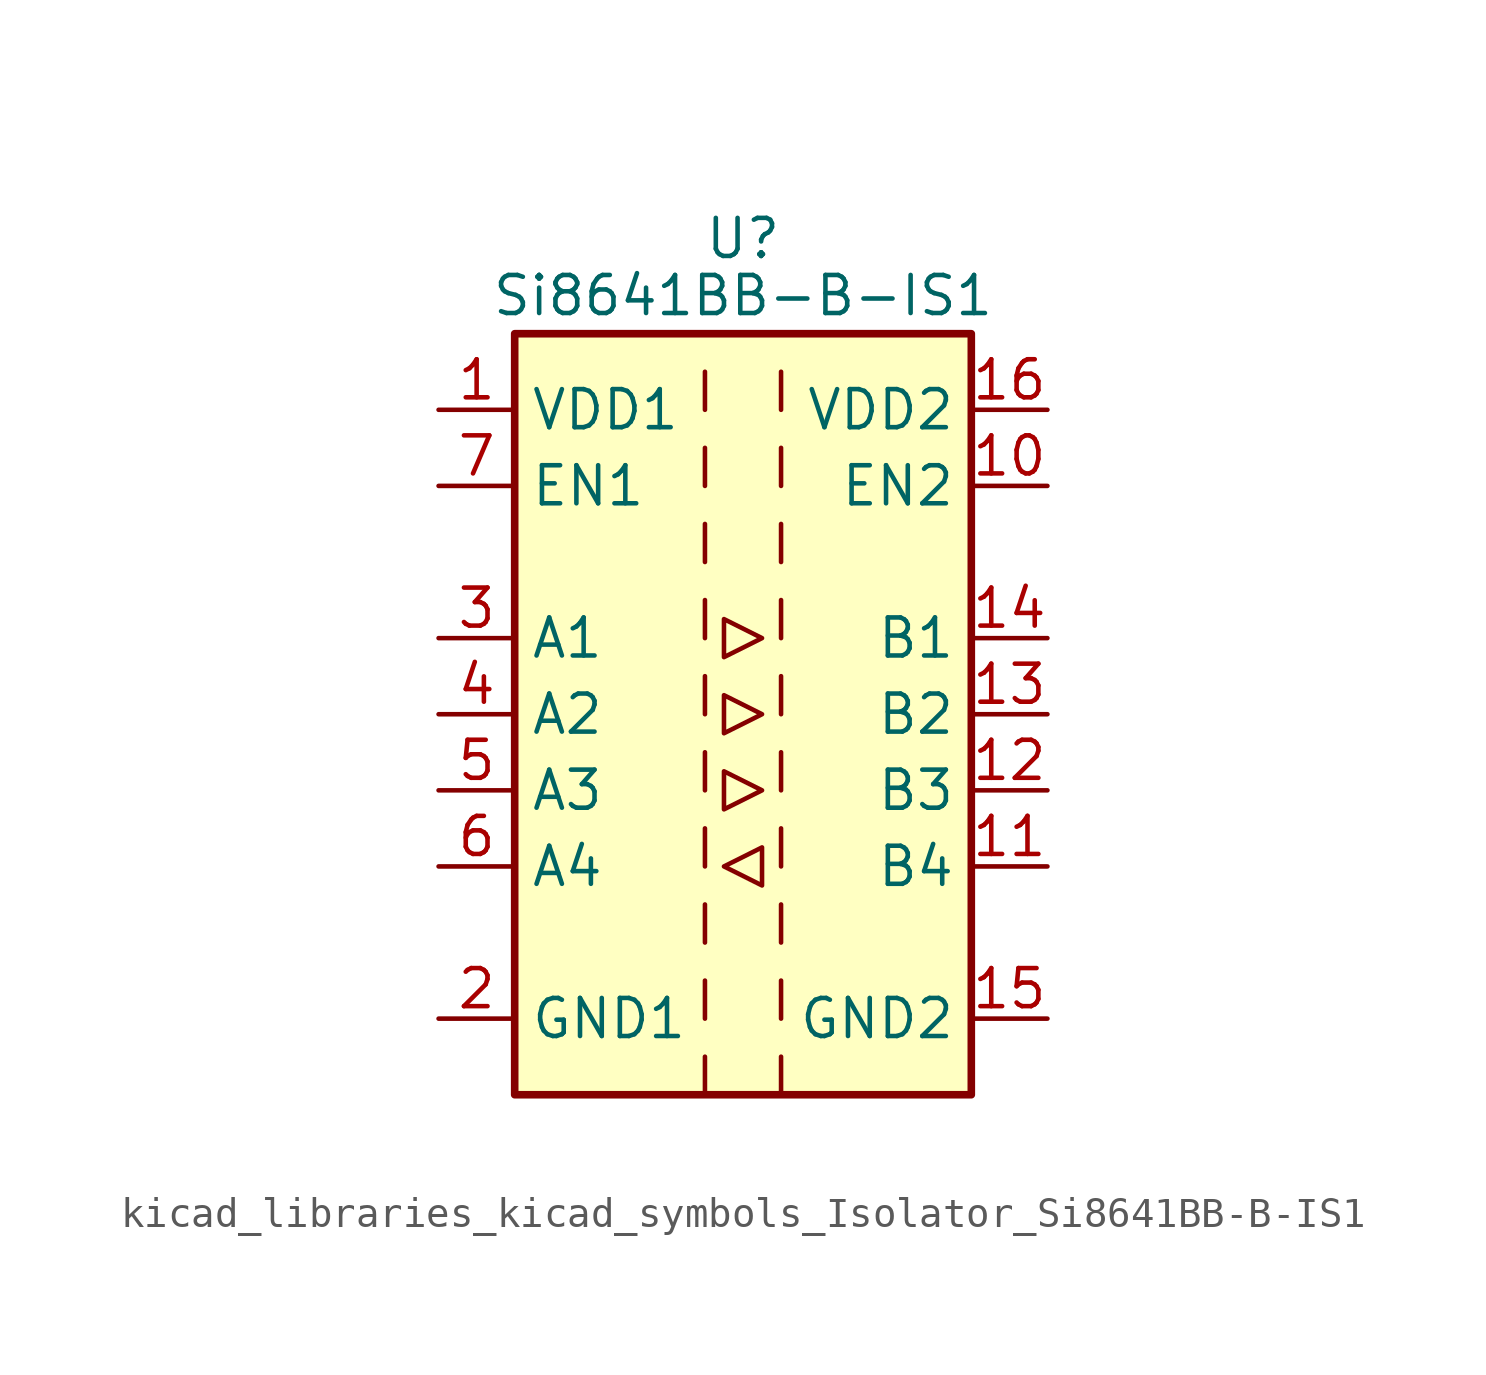
<source format=kicad_sym>
(kicad_symbol_lib
  (version 20220914)
  (generator kicad_symbol_editor)
  (symbol "kicad_libraries_kicad_symbols_Isolator_Si8641BB-B-IS1"
    (property "Reference" "U"
      (at 0 15.875 0)
      (effects (font (size 1.27 1.27))))
    (property "Value" "Si8641BB-B-IS1"
      (at 0 13.97 0)
      (effects (font (size 1.27 1.27))))
    (symbol "kicad_libraries_kicad_symbols_Isolator_Si8641BB-B-IS1_0_1"
      (rectangle (start -7.62 12.7) (end 7.62 -12.7) (stroke (width 0.254) (type default)) (fill (type background)))
      (polyline (pts (xy -1.27 -11.43) (xy -1.27 -12.7)) (stroke (width 0) (type default)) (fill (type none)))
      (polyline (pts (xy -1.27 -8.89) (xy -1.27 -10.16)) (stroke (width 0) (type default)) (fill (type none)))
      (polyline (pts (xy -1.27 -6.35) (xy -1.27 -7.62)) (stroke (width 0) (type default)) (fill (type none)))
      (polyline (pts (xy -1.27 -3.81) (xy -1.27 -5.08)) (stroke (width 0) (type default)) (fill (type none)))
      (polyline (pts (xy -1.27 -1.27) (xy -1.27 -2.54)) (stroke (width 0) (type default)) (fill (type none)))
      (polyline (pts (xy -1.27 1.27) (xy -1.27 0)) (stroke (width 0) (type default)) (fill (type none)))
      (polyline (pts (xy -1.27 3.81) (xy -1.27 2.54)) (stroke (width 0) (type default)) (fill (type none)))
      (polyline (pts (xy -1.27 6.35) (xy -1.27 5.08)) (stroke (width 0) (type default)) (fill (type none)))
      (polyline (pts (xy -1.27 8.89) (xy -1.27 7.62)) (stroke (width 0) (type default)) (fill (type none)))
      (polyline (pts (xy -1.27 11.43) (xy -1.27 10.16)) (stroke (width 0) (type default)) (fill (type none)))
      (polyline (pts (xy 1.27 -11.43) (xy 1.27 -12.7)) (stroke (width 0) (type default)) (fill (type none)))
      (polyline (pts (xy 1.27 -8.89) (xy 1.27 -10.16)) (stroke (width 0) (type default)) (fill (type none)))
      (polyline (pts (xy 1.27 -6.35) (xy 1.27 -7.62)) (stroke (width 0) (type default)) (fill (type none)))
      (polyline (pts (xy 1.27 -3.81) (xy 1.27 -5.08)) (stroke (width 0) (type default)) (fill (type none)))
      (polyline (pts (xy 1.27 -1.27) (xy 1.27 -2.54)) (stroke (width 0) (type default)) (fill (type none)))
      (polyline (pts (xy 1.27 1.27) (xy 1.27 0)) (stroke (width 0) (type default)) (fill (type none)))
      (polyline (pts (xy 1.27 3.81) (xy 1.27 2.54)) (stroke (width 0) (type default)) (fill (type none)))
      (polyline (pts (xy 1.27 6.35) (xy 1.27 5.08)) (stroke (width 0) (type default)) (fill (type none)))
      (polyline (pts (xy 1.27 8.89) (xy 1.27 7.62)) (stroke (width 0) (type default)) (fill (type none)))
      (polyline (pts (xy 1.27 11.43) (xy 1.27 10.16)) (stroke (width 0) (type default)) (fill (type none)))
      (polyline (pts (xy -0.635 -5.08) (xy 0.635 -4.445) (xy 0.635 -5.715) (xy -0.635 -5.08)) (stroke (width 0) (type default)) (fill (type none)))
      (polyline (pts (xy -0.635 0.635) (xy -0.635 -0.635) (xy 0.635 0) (xy -0.635 0.635)) (stroke (width 0) (type default)) (fill (type none)))
      (polyline (pts (xy -0.635 3.175) (xy -0.635 1.905) (xy 0.635 2.54) (xy -0.635 3.175)) (stroke (width 0) (type default)) (fill (type none)))
      (polyline (pts (xy 0.635 -2.54) (xy -0.635 -1.905) (xy -0.635 -3.175) (xy 0.635 -2.54)) (stroke (width 0) (type default)) (fill (type none))))
    (symbol "kicad_libraries_kicad_symbols_Isolator_Si8641BB-B-IS1_1_1"
      (pin power_in line (at -10.16 10.16 0) (length 2.54) (name "VDD1" (effects (font (size 1.27 1.27)))) (number "1" (effects (font (size 1.27 1.27)))))
      (pin input line (at 10.16 7.62 180) (length 2.54) (name "EN2" (effects (font (size 1.27 1.27)))) (number "10" (effects (font (size 1.27 1.27)))))
      (pin input line (at 10.16 -5.08 180) (length 2.54) (name "B4" (effects (font (size 1.27 1.27)))) (number "11" (effects (font (size 1.27 1.27)))))
      (pin output line (at 10.16 -2.54 180) (length 2.54) (name "B3" (effects (font (size 1.27 1.27)))) (number "12" (effects (font (size 1.27 1.27)))))
      (pin output line (at 10.16 0 180) (length 2.54) (name "B2" (effects (font (size 1.27 1.27)))) (number "13" (effects (font (size 1.27 1.27)))))
      (pin output line (at 10.16 2.54 180) (length 2.54) (name "B1" (effects (font (size 1.27 1.27)))) (number "14" (effects (font (size 1.27 1.27)))))
      (pin power_in line (at 10.16 -10.16 180) (length 2.54) (name "GND2" (effects (font (size 1.27 1.27)))) (number "15" (effects (font (size 1.27 1.27)))))
      (pin power_in line (at 10.16 10.16 180) (length 2.54) (name "VDD2" (effects (font (size 1.27 1.27)))) (number "16" (effects (font (size 1.27 1.27)))))
      (pin power_in line (at -10.16 -10.16 0) (length 2.54) (name "GND1" (effects (font (size 1.27 1.27)))) (number "2" (effects (font (size 1.27 1.27)))))
      (pin input line (at -10.16 2.54 0) (length 2.54) (name "A1" (effects (font (size 1.27 1.27)))) (number "3" (effects (font (size 1.27 1.27)))))
      (pin input line (at -10.16 0 0) (length 2.54) (name "A2" (effects (font (size 1.27 1.27)))) (number "4" (effects (font (size 1.27 1.27)))))
      (pin input line (at -10.16 -2.54 0) (length 2.54) (name "A3" (effects (font (size 1.27 1.27)))) (number "5" (effects (font (size 1.27 1.27)))))
      (pin output line (at -10.16 -5.08 0) (length 2.54) (name "A4" (effects (font (size 1.27 1.27)))) (number "6" (effects (font (size 1.27 1.27)))))
      (pin input line (at -10.16 7.62 0) (length 2.54) (name "EN1" (effects (font (size 1.27 1.27)))) (number "7" (effects (font (size 1.27 1.27)))))
      (pin passive line (at -10.16 -10.16 0) (length 2.54) hide (name "GND1" (effects (font (size 1.27 1.27)))) (number "8" (effects (font (size 1.27 1.27)))))
      (pin passive line (at 10.16 -10.16 180) (length 2.54) hide (name "GND2" (effects (font (size 1.27 1.27)))) (number "9" (effects (font (size 1.27 1.27))))))))
</source>
